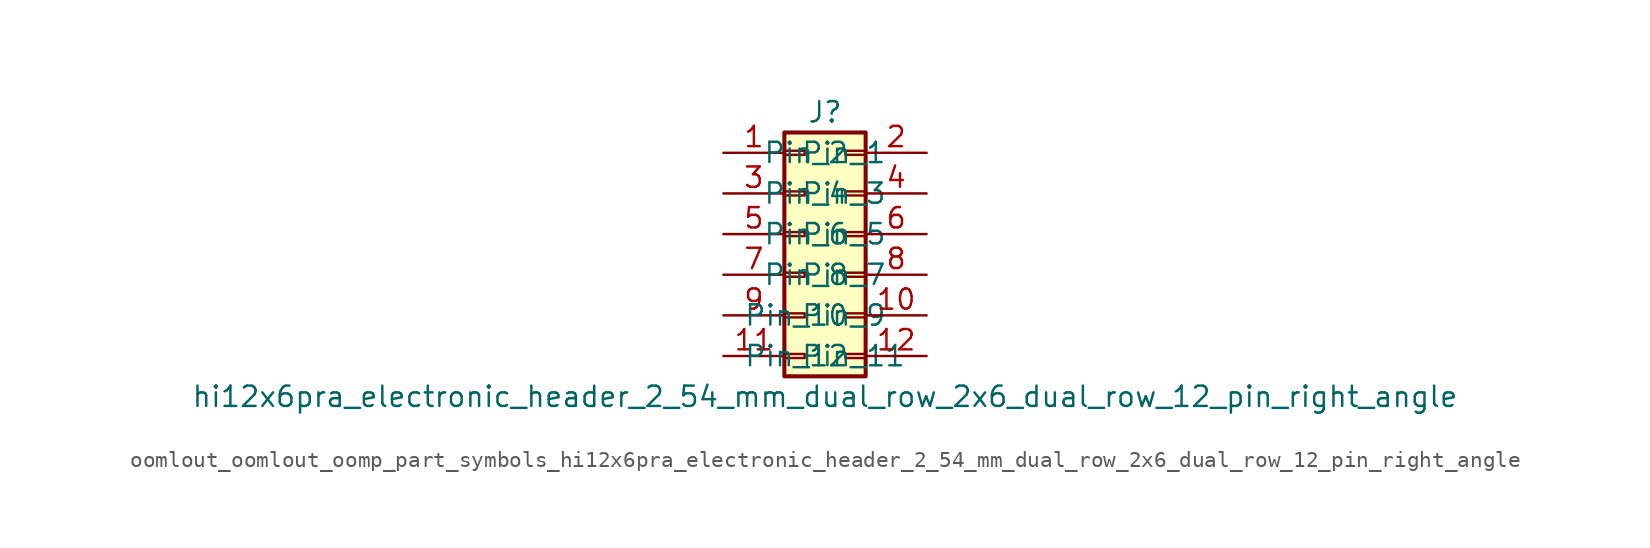
<source format=kicad_sym>
(kicad_symbol_lib
  (version 20220914)
  (generator kicad_symbol_editor)
  (symbol "oomlout_oomlout_oomp_part_symbols_hi12x6pra_electronic_header_2_54_mm_dual_row_2x6_dual_row_12_pin_right_angle"
    (pin_names
      (offset 1.016))
    (property "Reference" "J"
      (at 1.27 7.62 0)
      (effects (font (size 1.27 1.27))))
    (property "Value" "hi12x6pra_electronic_header_2_54_mm_dual_row_2x6_dual_row_12_pin_right_angle"
      (at 1.27 -10.16 0)
      (effects (font (size 1.27 1.27))))
    (symbol "oomlout_oomlout_oomp_part_symbols_hi12x6pra_electronic_header_2_54_mm_dual_row_2x6_dual_row_12_pin_right_angle_1_1"
      (rectangle (start -1.27 -7.493) (end 0 -7.747) (stroke (width 0.152) (type default)) (fill (type none)))
      (rectangle (start -1.27 -4.953) (end 0 -5.207) (stroke (width 0.152) (type default)) (fill (type none)))
      (rectangle (start -1.27 -2.413) (end 0 -2.667) (stroke (width 0.152) (type default)) (fill (type none)))
      (rectangle (start -1.27 0.127) (end 0 -0.127) (stroke (width 0.152) (type default)) (fill (type none)))
      (rectangle (start -1.27 2.667) (end 0 2.413) (stroke (width 0.152) (type default)) (fill (type none)))
      (rectangle (start -1.27 5.207) (end 0 4.953) (stroke (width 0.152) (type default)) (fill (type none)))
      (rectangle (start -1.27 6.35) (end 3.81 -8.89) (stroke (width 0.254) (type default)) (fill (type background)))
      (rectangle (start 3.81 -7.493) (end 2.54 -7.747) (stroke (width 0.152) (type default)) (fill (type none)))
      (rectangle (start 3.81 -4.953) (end 2.54 -5.207) (stroke (width 0.152) (type default)) (fill (type none)))
      (rectangle (start 3.81 -2.413) (end 2.54 -2.667) (stroke (width 0.152) (type default)) (fill (type none)))
      (rectangle (start 3.81 0.127) (end 2.54 -0.127) (stroke (width 0.152) (type default)) (fill (type none)))
      (rectangle (start 3.81 2.667) (end 2.54 2.413) (stroke (width 0.152) (type default)) (fill (type none)))
      (rectangle (start 3.81 5.207) (end 2.54 4.953) (stroke (width 0.152) (type default)) (fill (type none)))
      (pin passive line (at -5.08 5.08 0) (length 3.81) (name "Pin_1" (effects (font (size 1.27 1.27)))) (number "1" (effects (font (size 1.27 1.27)))))
      (pin passive line (at 7.62 -5.08 180) (length 3.81) (name "Pin_10" (effects (font (size 1.27 1.27)))) (number "10" (effects (font (size 1.27 1.27)))))
      (pin passive line (at -5.08 -7.62 0) (length 3.81) (name "Pin_11" (effects (font (size 1.27 1.27)))) (number "11" (effects (font (size 1.27 1.27)))))
      (pin passive line (at 7.62 -7.62 180) (length 3.81) (name "Pin_12" (effects (font (size 1.27 1.27)))) (number "12" (effects (font (size 1.27 1.27)))))
      (pin passive line (at 7.62 5.08 180) (length 3.81) (name "Pin_2" (effects (font (size 1.27 1.27)))) (number "2" (effects (font (size 1.27 1.27)))))
      (pin passive line (at -5.08 2.54 0) (length 3.81) (name "Pin_3" (effects (font (size 1.27 1.27)))) (number "3" (effects (font (size 1.27 1.27)))))
      (pin passive line (at 7.62 2.54 180) (length 3.81) (name "Pin_4" (effects (font (size 1.27 1.27)))) (number "4" (effects (font (size 1.27 1.27)))))
      (pin passive line (at -5.08 0 0) (length 3.81) (name "Pin_5" (effects (font (size 1.27 1.27)))) (number "5" (effects (font (size 1.27 1.27)))))
      (pin passive line (at 7.62 0 180) (length 3.81) (name "Pin_6" (effects (font (size 1.27 1.27)))) (number "6" (effects (font (size 1.27 1.27)))))
      (pin passive line (at -5.08 -2.54 0) (length 3.81) (name "Pin_7" (effects (font (size 1.27 1.27)))) (number "7" (effects (font (size 1.27 1.27)))))
      (pin passive line (at 7.62 -2.54 180) (length 3.81) (name "Pin_8" (effects (font (size 1.27 1.27)))) (number "8" (effects (font (size 1.27 1.27)))))
      (pin passive line (at -5.08 -5.08 0) (length 3.81) (name "Pin_9" (effects (font (size 1.27 1.27)))) (number "9" (effects (font (size 1.27 1.27))))))))
</source>
